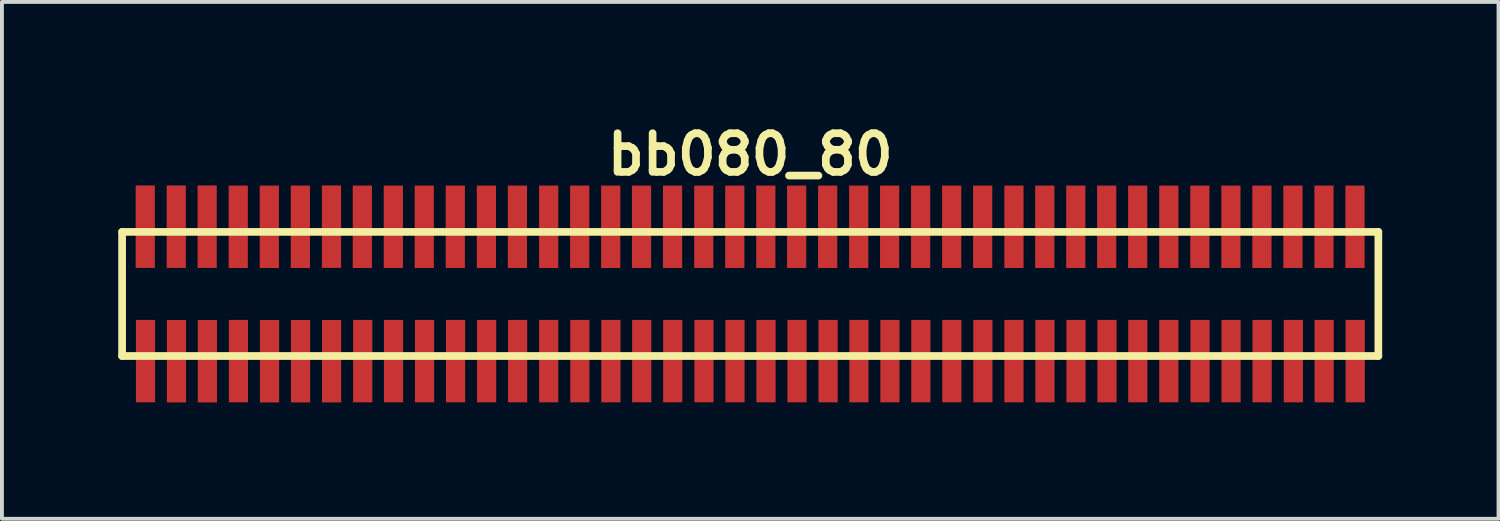
<source format=kicad_pcb>
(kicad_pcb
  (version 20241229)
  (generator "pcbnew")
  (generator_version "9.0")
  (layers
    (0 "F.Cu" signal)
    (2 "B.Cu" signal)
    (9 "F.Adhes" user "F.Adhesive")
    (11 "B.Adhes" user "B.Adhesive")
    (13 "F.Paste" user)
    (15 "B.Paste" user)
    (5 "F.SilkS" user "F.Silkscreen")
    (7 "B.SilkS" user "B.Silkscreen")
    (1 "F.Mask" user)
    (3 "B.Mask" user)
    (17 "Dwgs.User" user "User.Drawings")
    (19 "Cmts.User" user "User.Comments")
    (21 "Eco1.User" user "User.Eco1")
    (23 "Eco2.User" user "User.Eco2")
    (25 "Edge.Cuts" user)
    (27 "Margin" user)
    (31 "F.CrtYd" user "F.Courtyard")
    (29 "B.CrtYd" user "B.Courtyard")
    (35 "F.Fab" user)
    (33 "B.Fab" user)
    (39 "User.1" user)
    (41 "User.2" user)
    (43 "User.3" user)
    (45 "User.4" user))
  (footprint "bb080_80"
    (layer "F.Cu")
    (at 16.299 4.531)
    (property "Reference" "bb080_80" (at 0 -3.599 0) (layer "F.SilkS") (effects (font (size 0.998 0.998) (thickness 0.198))))
    (attr smd)
    (fp_line (start -16.2 -1.6) (end -16.2 1.6) (stroke (width 0.198) (type solid)) (layer "F.SilkS"))
    (fp_line (start -16.2 1.6) (end 16.198 1.6) (stroke (width 0.198) (type solid)) (layer "F.SilkS"))
    (fp_line (start 16.198 -1.6) (end -16.2 -1.6) (stroke (width 0.198) (type solid)) (layer "F.SilkS"))
    (fp_line (start 16.198 1.6) (end 16.198 -1.6) (stroke (width 0.198) (type solid)) (layer "F.SilkS"))
    (pad "1" smd rect (at -15.596 1.732) (size 0.495 2.126) (layers "F.Cu" "F.Mask" "F.Paste"))
    (pad "2" smd rect (at -15.603 -1.735) (size 0.495 2.126) (layers "F.Cu" "F.Mask" "F.Paste"))
    (pad "3" smd rect (at -14.798 1.735) (size 0.495 2.126) (layers "F.Cu" "F.Mask" "F.Paste"))
    (pad "4" smd rect (at -14.803 -1.735) (size 0.495 2.126) (layers "F.Cu" "F.Mask" "F.Paste"))
    (pad "5" smd rect (at -14 1.735) (size 0.495 2.126) (layers "F.Cu" "F.Mask" "F.Paste"))
    (pad "6" smd rect (at -14.006 -1.735) (size 0.495 2.126) (layers "F.Cu" "F.Mask" "F.Paste"))
    (pad "7" smd rect (at -13.2 1.732) (size 0.495 2.126) (layers "F.Cu" "F.Mask" "F.Paste"))
    (pad "8" smd rect (at -13.205 -1.732) (size 0.495 2.126) (layers "F.Cu" "F.Mask" "F.Paste"))
    (pad "9" smd rect (at -12.398 1.735) (size 0.495 2.126) (layers "F.Cu" "F.Mask" "F.Paste"))
    (pad "10" smd rect (at -12.403 -1.732) (size 0.495 2.126) (layers "F.Cu" "F.Mask" "F.Paste"))
    (pad "11" smd rect (at -11.598 1.735) (size 0.495 2.126) (layers "F.Cu" "F.Mask" "F.Paste"))
    (pad "12" smd rect (at -11.603 -1.732) (size 0.495 2.126) (layers "F.Cu" "F.Mask" "F.Paste"))
    (pad "13" smd rect (at -10.798 1.735) (size 0.495 2.126) (layers "F.Cu" "F.Mask" "F.Paste"))
    (pad "14" smd rect (at -10.8 -1.735) (size 0.495 2.126) (layers "F.Cu" "F.Mask" "F.Paste"))
    (pad "15" smd rect (at -9.995 1.732) (size 0.495 2.126) (layers "F.Cu" "F.Mask" "F.Paste"))
    (pad "16" smd rect (at -10.005 -1.732) (size 0.495 2.126) (layers "F.Cu" "F.Mask" "F.Paste"))
    (pad "17" smd rect (at -9.2 1.732) (size 0.495 2.126) (layers "F.Cu" "F.Mask" "F.Paste"))
    (pad "18" smd rect (at -9.205 -1.732) (size 0.495 2.126) (layers "F.Cu" "F.Mask" "F.Paste"))
    (pad "19" smd rect (at -8.4 1.732) (size 0.495 2.126) (layers "F.Cu" "F.Mask" "F.Paste"))
    (pad "20" smd rect (at -8.407 -1.732) (size 0.495 2.126) (layers "F.Cu" "F.Mask" "F.Paste"))
    (pad "21" smd rect (at -7.6 1.732) (size 0.495 2.126) (layers "F.Cu" "F.Mask" "F.Paste"))
    (pad "22" smd rect (at -7.607 -1.732) (size 0.495 2.126) (layers "F.Cu" "F.Mask" "F.Paste"))
    (pad "23" smd rect (at -6.8 1.732) (size 0.495 2.126) (layers "F.Cu" "F.Mask" "F.Paste"))
    (pad "24" smd rect (at -6.805 -1.732) (size 0.495 2.126) (layers "F.Cu" "F.Mask" "F.Paste"))
    (pad "25" smd rect (at -5.999 1.732) (size 0.495 2.126) (layers "F.Cu" "F.Mask" "F.Paste"))
    (pad "26" smd rect (at -6.005 -1.732) (size 0.495 2.126) (layers "F.Cu" "F.Mask" "F.Paste"))
    (pad "27" smd rect (at -5.199 1.732) (size 0.495 2.126) (layers "F.Cu" "F.Mask" "F.Paste"))
    (pad "28" smd rect (at -5.199 -1.732) (size 0.495 2.126) (layers "F.Cu" "F.Mask" "F.Paste"))
    (pad "29" smd rect (at -4.394 1.732) (size 0.495 2.126) (layers "F.Cu" "F.Mask" "F.Paste"))
    (pad "30" smd rect (at -4.399 -1.732) (size 0.495 2.126) (layers "F.Cu" "F.Mask" "F.Paste"))
    (pad "31" smd rect (at -3.594 1.732) (size 0.495 2.126) (layers "F.Cu" "F.Mask" "F.Paste"))
    (pad "32" smd rect (at -3.599 -1.732) (size 0.495 2.126) (layers "F.Cu" "F.Mask" "F.Paste"))
    (pad "33" smd rect (at -2.799 1.732) (size 0.495 2.126) (layers "F.Cu" "F.Mask" "F.Paste"))
    (pad "34" smd rect (at -2.804 -1.732) (size 0.495 2.126) (layers "F.Cu" "F.Mask" "F.Paste"))
    (pad "35" smd rect (at -1.999 1.732) (size 0.495 2.126) (layers "F.Cu" "F.Mask" "F.Paste"))
    (pad "36" smd rect (at -2.004 -1.732) (size 0.495 2.126) (layers "F.Cu" "F.Mask" "F.Paste"))
    (pad "37" smd rect (at -1.194 1.732) (size 0.495 2.126) (layers "F.Cu" "F.Mask" "F.Paste"))
    (pad "38" smd rect (at -1.199 -1.732) (size 0.495 2.126) (layers "F.Cu" "F.Mask" "F.Paste"))
    (pad "39" smd rect (at -0.394 1.732) (size 0.495 2.126) (layers "F.Cu" "F.Mask" "F.Paste"))
    (pad "40" smd rect (at -0.399 -1.732) (size 0.495 2.126) (layers "F.Cu" "F.Mask" "F.Paste"))
    (pad "41" smd rect (at 0.406 1.732) (size 0.495 2.126) (layers "F.Cu" "F.Mask" "F.Paste"))
    (pad "42" smd rect (at 0.401 -1.732) (size 0.495 2.126) (layers "F.Cu" "F.Mask" "F.Paste"))
    (pad "43" smd rect (at 1.206 1.732) (size 0.495 2.126) (layers "F.Cu" "F.Mask" "F.Paste"))
    (pad "44" smd rect (at 1.196 -1.732) (size 0.495 2.126) (layers "F.Cu" "F.Mask" "F.Paste"))
    (pad "45" smd rect (at 2.007 1.732) (size 0.495 2.126) (layers "F.Cu" "F.Mask" "F.Paste"))
    (pad "46" smd rect (at 1.996 -1.732) (size 0.495 2.126) (layers "F.Cu" "F.Mask" "F.Paste"))
    (pad "47" smd rect (at 2.802 1.732) (size 0.495 2.126) (layers "F.Cu" "F.Mask" "F.Paste"))
    (pad "48" smd rect (at 2.797 -1.732) (size 0.495 2.126) (layers "F.Cu" "F.Mask" "F.Paste"))
    (pad "49" smd rect (at 3.602 1.732) (size 0.495 2.126) (layers "F.Cu" "F.Mask" "F.Paste"))
    (pad "50" smd rect (at 3.594 -1.732) (size 0.495 2.126) (layers "F.Cu" "F.Mask" "F.Paste"))
    (pad "51" smd rect (at 4.399 1.732) (size 0.495 2.126) (layers "F.Cu" "F.Mask" "F.Paste"))
    (pad "52" smd rect (at 4.394 -1.732) (size 0.495 2.126) (layers "F.Cu" "F.Mask" "F.Paste"))
    (pad "53" smd rect (at 5.199 1.732) (size 0.495 2.126) (layers "F.Cu" "F.Mask" "F.Paste"))
    (pad "54" smd rect (at 5.194 -1.732) (size 0.495 2.126) (layers "F.Cu" "F.Mask" "F.Paste"))
    (pad "55" smd rect (at 5.999 1.732) (size 0.495 2.126) (layers "F.Cu" "F.Mask" "F.Paste"))
    (pad "56" smd rect (at 5.994 -1.732) (size 0.495 2.126) (layers "F.Cu" "F.Mask" "F.Paste"))
    (pad "57" smd rect (at 6.8 1.732) (size 0.495 2.126) (layers "F.Cu" "F.Mask" "F.Paste"))
    (pad "58" smd rect (at 6.8 -1.732) (size 0.495 2.126) (layers "F.Cu" "F.Mask" "F.Paste"))
    (pad "59" smd rect (at 7.6 1.732) (size 0.495 2.126) (layers "F.Cu" "F.Mask" "F.Paste"))
    (pad "60" smd rect (at 7.595 -1.732) (size 0.495 2.126) (layers "F.Cu" "F.Mask" "F.Paste"))
    (pad "61" smd rect (at 8.4 1.732) (size 0.495 2.126) (layers "F.Cu" "F.Mask" "F.Paste"))
    (pad "62" smd rect (at 8.395 -1.732) (size 0.495 2.126) (layers "F.Cu" "F.Mask" "F.Paste"))
    (pad "63" smd rect (at 9.2 1.732) (size 0.495 2.126) (layers "F.Cu" "F.Mask" "F.Paste"))
    (pad "64" smd rect (at 9.192 -1.732) (size 0.495 2.126) (layers "F.Cu" "F.Mask" "F.Paste"))
    (pad "65" smd rect (at 9.995 1.732) (size 0.495 2.126) (layers "F.Cu" "F.Mask" "F.Paste"))
    (pad "66" smd rect (at 9.992 -1.732) (size 0.495 2.126) (layers "F.Cu" "F.Mask" "F.Paste"))
    (pad "67" smd rect (at 10.795 1.732) (size 0.495 2.126) (layers "F.Cu" "F.Mask" "F.Paste"))
    (pad "68" smd rect (at 10.795 -1.732) (size 0.495 2.126) (layers "F.Cu" "F.Mask" "F.Paste"))
    (pad "69" smd rect (at 11.6 1.732) (size 0.495 2.126) (layers "F.Cu" "F.Mask" "F.Paste"))
    (pad "70" smd rect (at 11.595 -1.732) (size 0.495 2.126) (layers "F.Cu" "F.Mask" "F.Paste"))
    (pad "71" smd rect (at 12.4 1.732) (size 0.495 2.126) (layers "F.Cu" "F.Mask" "F.Paste"))
    (pad "72" smd rect (at 12.395 -1.732) (size 0.495 2.126) (layers "F.Cu" "F.Mask" "F.Paste"))
    (pad "73" smd rect (at 13.2 1.732) (size 0.495 2.126) (layers "F.Cu" "F.Mask" "F.Paste"))
    (pad "74" smd rect (at 13.195 -1.732) (size 0.495 2.126) (layers "F.Cu" "F.Mask" "F.Paste"))
    (pad "75" smd rect (at 14.006 1.732) (size 0.495 2.126) (layers "F.Cu" "F.Mask" "F.Paste"))
    (pad "76" smd rect (at 13.995 -1.732) (size 0.495 2.126) (layers "F.Cu" "F.Mask" "F.Paste"))
    (pad "77" smd rect (at 14.801 1.732) (size 0.495 2.126) (layers "F.Cu" "F.Mask" "F.Paste"))
    (pad "78" smd rect (at 14.796 -1.732) (size 0.495 2.126) (layers "F.Cu" "F.Mask" "F.Paste"))
    (pad "79" smd rect (at 15.601 1.732) (size 0.495 2.126) (layers "F.Cu" "F.Mask" "F.Paste"))
    (pad "80" smd rect (at 15.596 -1.732) (size 0.495 2.126) (layers "F.Cu" "F.Mask" "F.Paste")))
  (gr_rect
    (start -3 -3)
    (end 35.596 10.329)
    (stroke (width 0.1) (type default))
    (fill no)
    (layer "Edge.Cuts")))
</source>
